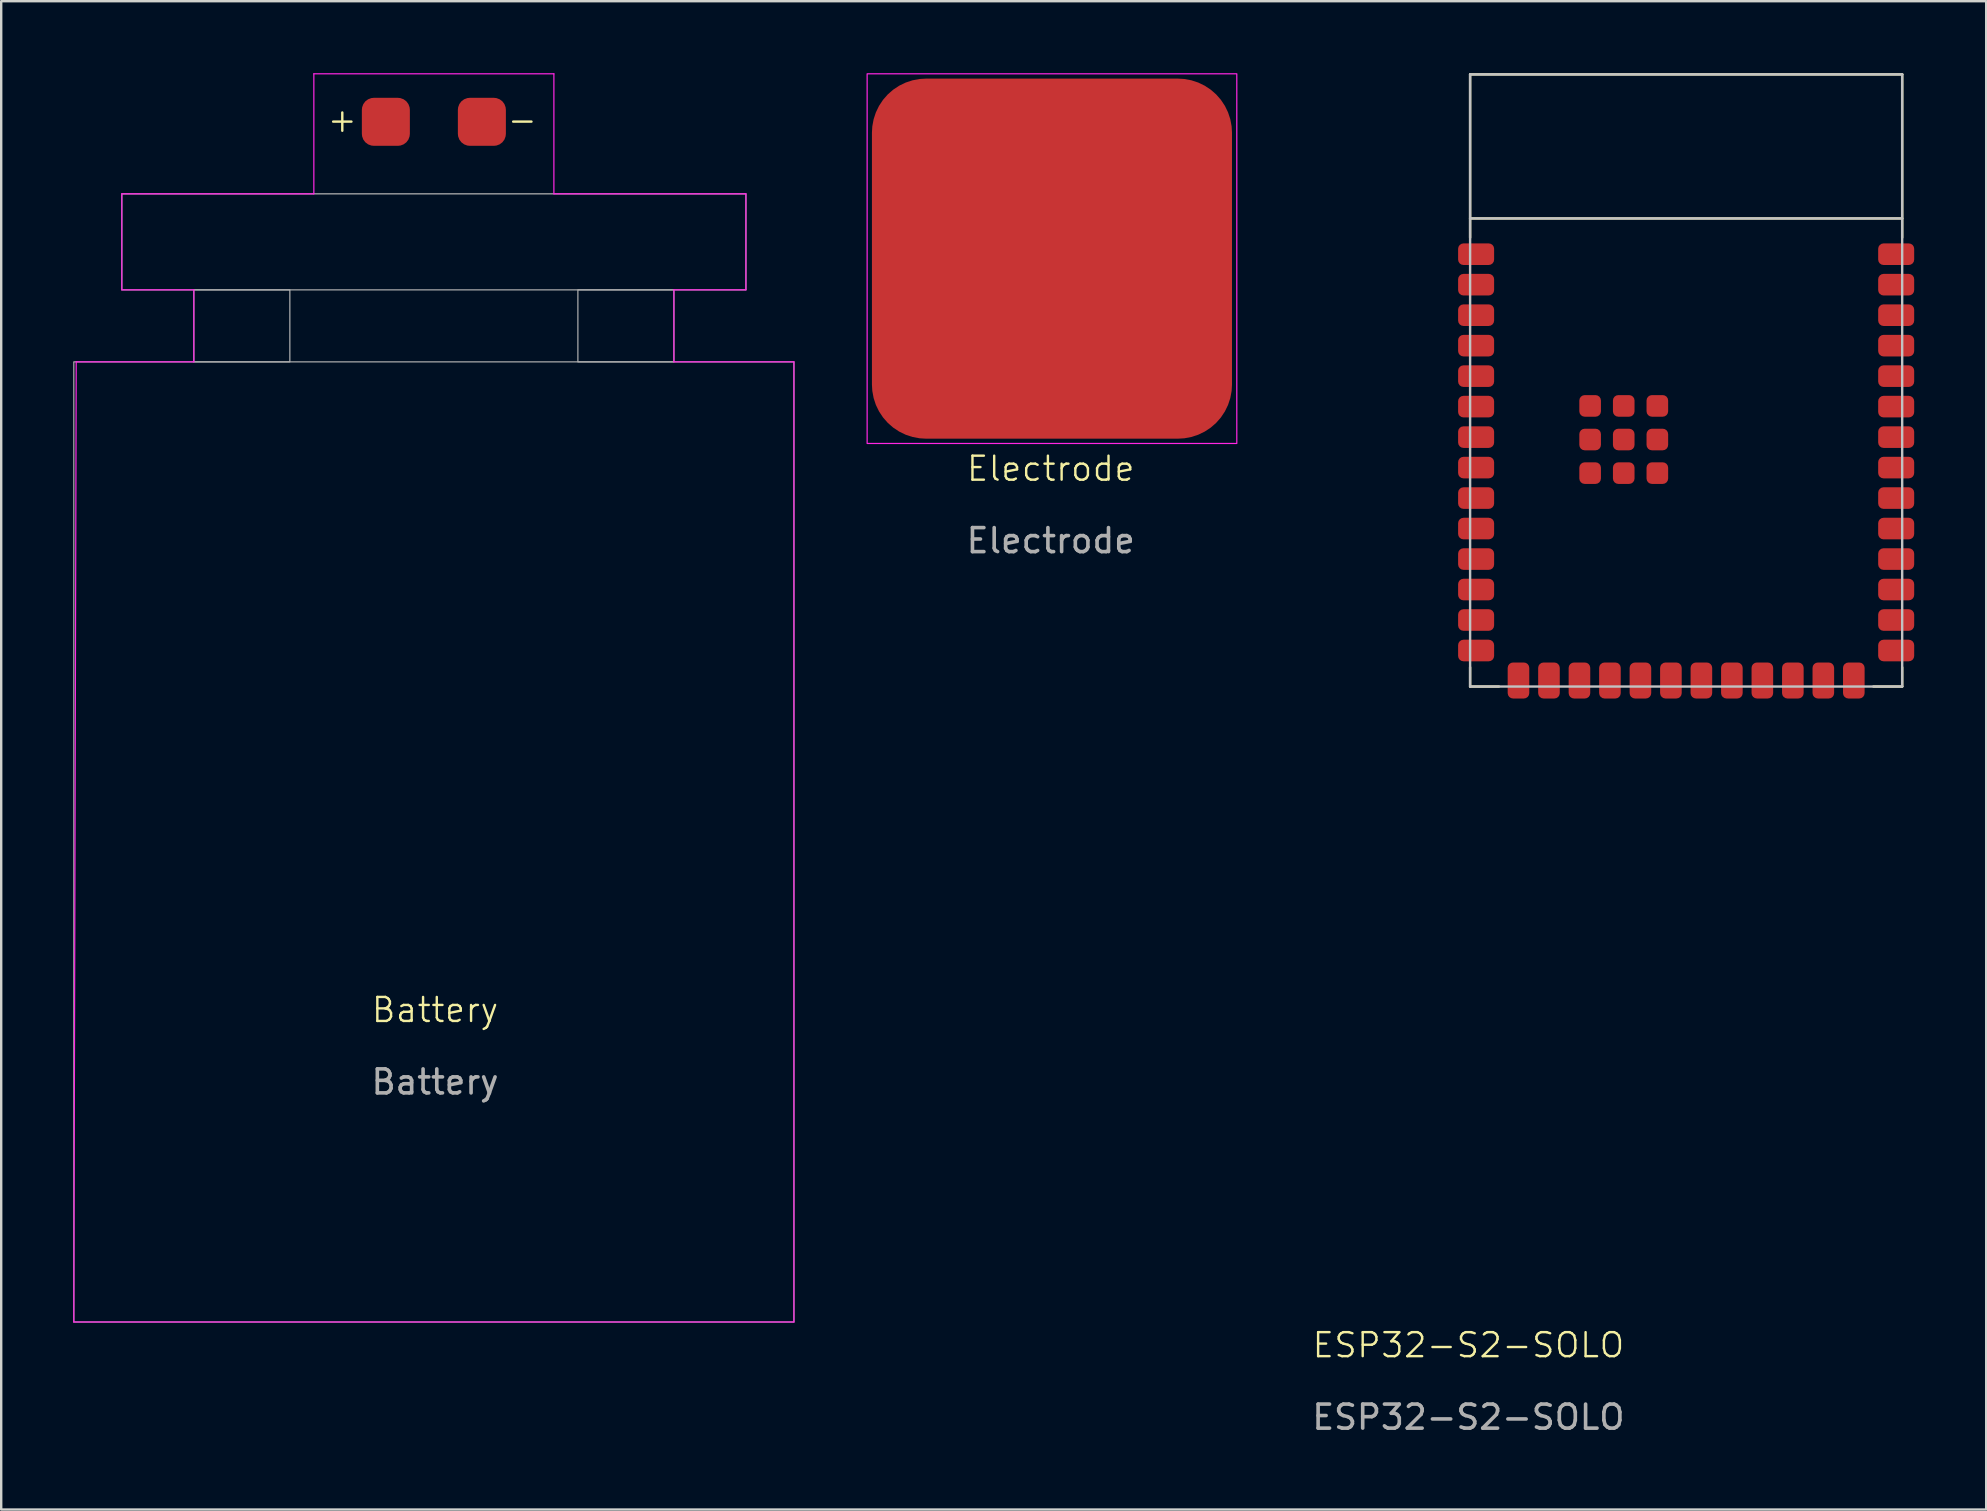
<source format=kicad_pcb>
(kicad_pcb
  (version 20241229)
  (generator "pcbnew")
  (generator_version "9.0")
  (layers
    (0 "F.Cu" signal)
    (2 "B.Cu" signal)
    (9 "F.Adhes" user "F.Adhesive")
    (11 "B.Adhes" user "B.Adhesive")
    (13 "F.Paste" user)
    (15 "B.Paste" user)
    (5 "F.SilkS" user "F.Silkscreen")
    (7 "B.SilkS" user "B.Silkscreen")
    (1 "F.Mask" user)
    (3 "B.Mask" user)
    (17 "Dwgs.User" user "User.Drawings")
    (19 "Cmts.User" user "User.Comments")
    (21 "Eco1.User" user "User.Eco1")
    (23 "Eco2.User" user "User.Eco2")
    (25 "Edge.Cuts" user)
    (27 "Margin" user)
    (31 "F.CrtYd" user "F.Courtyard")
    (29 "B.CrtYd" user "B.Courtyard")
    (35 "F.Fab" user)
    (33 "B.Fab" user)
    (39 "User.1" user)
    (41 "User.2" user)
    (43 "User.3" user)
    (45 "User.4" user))
  (footprint "Battery"
    (layer "F.Cu")
    (at 15.025 52.025)
    (property "Reference" "Battery" (at 0.05 -13 0) (unlocked yes) (layer "F.SilkS") (effects (font (size 1 1) (thickness 0.1))))
    (attr smd)
    (fp_line (start -15 0) (end -14.9 -40) (stroke (width 0.05) (type default)) (layer "F.CrtYd"))
    (fp_line (start -14.9 -40) (end -10 -40) (stroke (width 0.05) (type default)) (layer "F.CrtYd"))
    (fp_line (start -13 -47) (end -5 -47) (stroke (width 0.05) (type default)) (layer "F.CrtYd"))
    (fp_line (start -13 -43) (end -13 -47) (stroke (width 0.05) (type default)) (layer "F.CrtYd"))
    (fp_line (start -10 -43) (end -13 -43) (stroke (width 0.05) (type default)) (layer "F.CrtYd"))
    (fp_line (start -10 -40) (end -10 -43) (stroke (width 0.05) (type default)) (layer "F.CrtYd"))
    (fp_line (start -5 -52) (end 5 -52) (stroke (width 0.05) (type default)) (layer "F.CrtYd"))
    (fp_line (start -5 -47) (end -5 -52) (stroke (width 0.05) (type default)) (layer "F.CrtYd"))
    (fp_line (start 5 -52) (end 5 -47) (stroke (width 0.05) (type default)) (layer "F.CrtYd"))
    (fp_line (start 5 -47) (end 13 -47) (stroke (width 0.05) (type default)) (layer "F.CrtYd"))
    (fp_line (start 10 -43) (end 10 -40) (stroke (width 0.05) (type default)) (layer "F.CrtYd"))
    (fp_line (start 10 -40) (end 15 -40) (stroke (width 0.05) (type default)) (layer "F.CrtYd"))
    (fp_line (start 13 -47) (end 13 -43) (stroke (width 0.05) (type default)) (layer "F.CrtYd"))
    (fp_line (start 13 -43) (end 10 -43) (stroke (width 0.05) (type default)) (layer "F.CrtYd"))
    (fp_line (start 15 -40) (end 15 0) (stroke (width 0.05) (type default)) (layer "F.CrtYd"))
    (fp_line (start 15 0) (end -15 0) (stroke (width 0.05) (type default)) (layer "F.CrtYd"))
    (fp_rect (start -15 0) (end 15 -40) (stroke (width 0.05) (type default)) (fill no) (layer "F.Fab"))
    (fp_rect (start -10 -43) (end -6 -40) (stroke (width 0.05) (type default)) (fill no) (layer "F.Fab"))
    (fp_rect (start 6 -43) (end 10 -40) (stroke (width 0.05) (type default)) (fill no) (layer "F.Fab"))
    (fp_rect (start 13 -43) (end -13 -47) (stroke (width 0.05) (type default)) (fill no) (layer "F.Fab"))
    (fp_text user "+" (at -4.5 -49.5 0) (unlocked yes) (layer "F.SilkS") (effects (font (size 1 1) (thickness 0.1)) (justify left bottom)))
    (fp_text user "-" (at 3 -49.5 0) (unlocked yes) (layer "F.SilkS") (effects (font (size 1 1) (thickness 0.1)) (justify left bottom)))
    (fp_text user "${REFERENCE}" (at 0.05 -10 0) (unlocked yes) (layer "F.Fab") (effects (font (size 1 1) (thickness 0.15))))
    (pad "1" smd roundrect (at -2 -50) (size 2 2) (layers "F.Cu" "F.Mask" "F.Paste") (roundrect_rratio 0.25))
    (pad "2" smd roundrect (at 2 -50) (size 2 2) (layers "F.Cu" "F.Mask" "F.Paste") (roundrect_rratio 0.25)))
  (footprint "Electrode"
    (layer "F.Cu")
    (at 40.775 7.725)
    (property "Reference" "Electrode" (at -0.05 8.75 0) (unlocked yes) (layer "F.SilkS") (effects (font (size 1 1) (thickness 0.1))))
    (attr smd)
    (fp_rect (start -7.7 -7.7) (end 7.7 7.7) (stroke (width 0.05) (type default)) (fill no) (layer "F.CrtYd"))
    (fp_text user "${REFERENCE}" (at -0.05 11.75 0) (unlocked yes) (layer "F.Fab") (effects (font (size 1 1) (thickness 0.15))))
    (pad "1" smd roundrect (at 0 0 180) (size 15 15) (layers "F.Cu" "F.Mask") (roundrect_rratio 0.15)))
  (footprint "ESP32-S2-SOLO"
    (layer "F.Cu")
    (at 58.195 25.55)
    (property "Reference" "ESP32-S2-SOLO" (at -0.07 27.44 0) (unlocked yes) (layer "F.SilkS") (effects (font (size 1 1) (thickness 0.1))))
    (attr smd)
    (fp_line (start 0 -25.5) (end 0 -18.7) (stroke (width 0.1) (type default)) (layer "F.SilkS"))
    (fp_line (start 0 -0.8) (end 0 0) (stroke (width 0.1) (type default)) (layer "F.SilkS"))
    (fp_line (start 0 0) (end 1.2 0) (stroke (width 0.1) (type default)) (layer "F.SilkS"))
    (fp_line (start 18 -25.5) (end 0 -25.5) (stroke (width 0.1) (type default)) (layer "F.SilkS"))
    (fp_line (start 18 -25.5) (end 18 -18.7) (stroke (width 0.1) (type default)) (layer "F.SilkS"))
    (fp_line (start 18 -19.5) (end 0 -19.5) (stroke (width 0.1) (type default)) (layer "F.SilkS"))
    (fp_line (start 18 -0.8) (end 18 0) (stroke (width 0.1) (type default)) (layer "F.SilkS"))
    (fp_line (start 18 0) (end 16.8 0) (stroke (width 0.1) (type default)) (layer "F.SilkS"))
    (fp_line (start 0 -25.5) (end 0 0) (stroke (width 0.1) (type default)) (layer "Dwgs.User"))
    (fp_line (start 0 -25.5) (end 18 -25.5) (stroke (width 0.1) (type default)) (layer "Dwgs.User"))
    (fp_line (start 0 0) (end 18 0) (stroke (width 0.1) (type default)) (layer "Dwgs.User"))
    (fp_line (start 18 -19.5) (end 0 -19.5) (stroke (width 0.1) (type default)) (layer "Dwgs.User"))
    (fp_line (start 18 0) (end 18 -25.5) (stroke (width 0.1) (type default)) (layer "Dwgs.User"))
    (fp_text user "${REFERENCE}" (at -0.07 30.44 0) (unlocked yes) (layer "F.Fab") (effects (font (size 1 1) (thickness 0.15))))
    (pad "1" smd roundrect (at 0.25 -18.01) (size 1.5 0.9) (layers "F.Cu" "F.Mask" "F.Paste") (roundrect_rratio 0.25))
    (pad "2" smd roundrect (at 0.25 -16.74) (size 1.5 0.9) (layers "F.Cu" "F.Mask" "F.Paste") (roundrect_rratio 0.25))
    (pad "3" smd roundrect (at 0.25 -15.47) (size 1.5 0.9) (layers "F.Cu" "F.Mask" "F.Paste") (roundrect_rratio 0.25))
    (pad "4" smd roundrect (at 0.25 -14.2) (size 1.5 0.9) (layers "F.Cu" "F.Mask" "F.Paste") (roundrect_rratio 0.25))
    (pad "5" smd roundrect (at 0.25 -12.93) (size 1.5 0.9) (layers "F.Cu" "F.Mask" "F.Paste") (roundrect_rratio 0.25))
    (pad "6" smd roundrect (at 0.25 -11.66) (size 1.5 0.9) (layers "F.Cu" "F.Mask" "F.Paste") (roundrect_rratio 0.25))
    (pad "7" smd roundrect (at 0.25 -10.39) (size 1.5 0.9) (layers "F.Cu" "F.Mask" "F.Paste") (roundrect_rratio 0.25))
    (pad "8" smd roundrect (at 0.25 -9.12) (size 1.5 0.9) (layers "F.Cu" "F.Mask" "F.Paste") (roundrect_rratio 0.25))
    (pad "9" smd roundrect (at 0.25 -7.85) (size 1.5 0.9) (layers "F.Cu" "F.Mask" "F.Paste") (roundrect_rratio 0.25))
    (pad "10" smd roundrect (at 0.25 -6.58) (size 1.5 0.9) (layers "F.Cu" "F.Mask" "F.Paste") (roundrect_rratio 0.25))
    (pad "11" smd roundrect (at 0.25 -5.31) (size 1.5 0.9) (layers "F.Cu" "F.Mask" "F.Paste") (roundrect_rratio 0.25))
    (pad "12" smd roundrect (at 0.25 -4.04) (size 1.5 0.9) (layers "F.Cu" "F.Mask" "F.Paste") (roundrect_rratio 0.25))
    (pad "13" smd roundrect (at 0.25 -2.77) (size 1.5 0.9) (layers "F.Cu" "F.Mask" "F.Paste") (roundrect_rratio 0.25))
    (pad "14" smd roundrect (at 0.25 -1.5) (size 1.5 0.9) (layers "F.Cu" "F.Mask" "F.Paste") (roundrect_rratio 0.25))
    (pad "15" smd roundrect (at 2.015 -0.25 90) (size 1.5 0.9) (layers "F.Cu" "F.Mask" "F.Paste") (roundrect_rratio 0.25))
    (pad "16" smd roundrect (at 3.285 -0.25 90) (size 1.5 0.9) (layers "F.Cu" "F.Mask" "F.Paste") (roundrect_rratio 0.25))
    (pad "17" smd roundrect (at 4.555 -0.25 90) (size 1.5 0.9) (layers "F.Cu" "F.Mask" "F.Paste") (roundrect_rratio 0.25))
    (pad "18" smd roundrect (at 5.825 -0.25 90) (size 1.5 0.9) (layers "F.Cu" "F.Mask" "F.Paste") (roundrect_rratio 0.25))
    (pad "19" smd roundrect (at 7.095 -0.25 90) (size 1.5 0.9) (layers "F.Cu" "F.Mask" "F.Paste") (roundrect_rratio 0.25))
    (pad "20" smd roundrect (at 8.365 -0.25 90) (size 1.5 0.9) (layers "F.Cu" "F.Mask" "F.Paste") (roundrect_rratio 0.25))
    (pad "21" smd roundrect (at 9.635 -0.25 90) (size 1.5 0.9) (layers "F.Cu" "F.Mask" "F.Paste") (roundrect_rratio 0.25))
    (pad "22" smd roundrect (at 10.905 -0.25 90) (size 1.5 0.9) (layers "F.Cu" "F.Mask" "F.Paste") (roundrect_rratio 0.25))
    (pad "23" smd roundrect (at 12.175 -0.25 90) (size 1.5 0.9) (layers "F.Cu" "F.Mask" "F.Paste") (roundrect_rratio 0.25))
    (pad "24" smd roundrect (at 13.445 -0.25 90) (size 1.5 0.9) (layers "F.Cu" "F.Mask" "F.Paste") (roundrect_rratio 0.25))
    (pad "25" smd roundrect (at 14.715 -0.25 90) (size 1.5 0.9) (layers "F.Cu" "F.Mask" "F.Paste") (roundrect_rratio 0.25))
    (pad "26" smd roundrect (at 15.985 -0.25 90) (size 1.5 0.9) (layers "F.Cu" "F.Mask" "F.Paste") (roundrect_rratio 0.25))
    (pad "27" smd roundrect (at 17.75 -1.5 180) (size 1.5 0.9) (layers "F.Cu" "F.Mask" "F.Paste") (roundrect_rratio 0.25))
    (pad "28" smd roundrect (at 17.75 -2.77 180) (size 1.5 0.9) (layers "F.Cu" "F.Mask" "F.Paste") (roundrect_rratio 0.25))
    (pad "29" smd roundrect (at 17.75 -4.04 180) (size 1.5 0.9) (layers "F.Cu" "F.Mask" "F.Paste") (roundrect_rratio 0.25))
    (pad "30" smd roundrect (at 17.75 -5.31 180) (size 1.5 0.9) (layers "F.Cu" "F.Mask" "F.Paste") (roundrect_rratio 0.25))
    (pad "31" smd roundrect (at 17.75 -6.58 180) (size 1.5 0.9) (layers "F.Cu" "F.Mask" "F.Paste") (roundrect_rratio 0.25))
    (pad "32" smd roundrect (at 17.75 -7.85 180) (size 1.5 0.9) (layers "F.Cu" "F.Mask" "F.Paste") (roundrect_rratio 0.25))
    (pad "33" smd roundrect (at 17.75 -9.12 180) (size 1.5 0.9) (layers "F.Cu" "F.Mask" "F.Paste") (roundrect_rratio 0.25))
    (pad "34" smd roundrect (at 17.75 -10.39 180) (size 1.5 0.9) (layers "F.Cu" "F.Mask" "F.Paste") (roundrect_rratio 0.25))
    (pad "35" smd roundrect (at 17.75 -11.66 180) (size 1.5 0.9) (layers "F.Cu" "F.Mask" "F.Paste") (roundrect_rratio 0.25))
    (pad "36" smd roundrect (at 17.75 -12.93 180) (size 1.5 0.9) (layers "F.Cu" "F.Mask" "F.Paste") (roundrect_rratio 0.25))
    (pad "37" smd roundrect (at 17.75 -14.2 180) (size 1.5 0.9) (layers "F.Cu" "F.Mask" "F.Paste") (roundrect_rratio 0.25))
    (pad "38" smd roundrect (at 17.75 -15.47 180) (size 1.5 0.9) (layers "F.Cu" "F.Mask" "F.Paste") (roundrect_rratio 0.25))
    (pad "39" smd roundrect (at 17.75 -16.74 180) (size 1.5 0.9) (layers "F.Cu" "F.Mask" "F.Paste") (roundrect_rratio 0.25))
    (pad "40" smd roundrect (at 17.75 -18.01 180) (size 1.5 0.9) (layers "F.Cu" "F.Mask" "F.Paste") (roundrect_rratio 0.25))
    (pad "41" smd roundrect (at 5 -11.69 180) (size 0.9 0.9) (layers "F.Cu" "F.Mask" "F.Paste") (roundrect_rratio 0.25))
    (pad "41" smd roundrect (at 5 -10.29 180) (size 0.9 0.9) (layers "F.Cu" "F.Mask" "F.Paste") (roundrect_rratio 0.25))
    (pad "41" smd roundrect (at 5 -8.89 180) (size 0.9 0.9) (layers "F.Cu" "F.Mask" "F.Paste") (roundrect_rratio 0.25))
    (pad "41" smd roundrect (at 6.4 -11.69 180) (size 0.9 0.9) (layers "F.Cu" "F.Mask" "F.Paste") (roundrect_rratio 0.25))
    (pad "41" smd roundrect (at 6.4 -10.29 180) (size 0.9 0.9) (layers "F.Cu" "F.Mask" "F.Paste") (roundrect_rratio 0.25))
    (pad "41" smd roundrect (at 6.4 -8.89 180) (size 0.9 0.9) (layers "F.Cu" "F.Mask" "F.Paste") (roundrect_rratio 0.25))
    (pad "41" smd roundrect (at 7.8 -11.69 180) (size 0.9 0.9) (layers "F.Cu" "F.Mask" "F.Paste") (roundrect_rratio 0.25))
    (pad "41" smd roundrect (at 7.8 -10.29 180) (size 0.9 0.9) (layers "F.Cu" "F.Mask" "F.Paste") (roundrect_rratio 0.25))
    (pad "41" smd roundrect (at 7.8 -8.89 180) (size 0.9 0.9) (layers "F.Cu" "F.Mask" "F.Paste") (roundrect_rratio 0.25))
    (zone (net_name "") (layers "F.Cu" "B.Cu" "Dwgs.User") (hatch edge 0.5) (connect_pads) (min_thickness 0.25) (filled_areas_thickness no) (keepout (tracks not_allowed) (vias not_allowed) (pads not_allowed) (copperpour not_allowed) (footprints not_allowed)) (placement (enabled no)) (fill) (polygon (pts (xy 58.195 0.05) (xy 58.195 6.05) (xy 76.195 6.05) (xy 76.195 0.05)))))
  (gr_rect
    (start -3 -3)
    (end 79.695 59.838)
    (stroke (width 0.1) (type default))
    (fill no)
    (layer "Edge.Cuts")))
</source>
